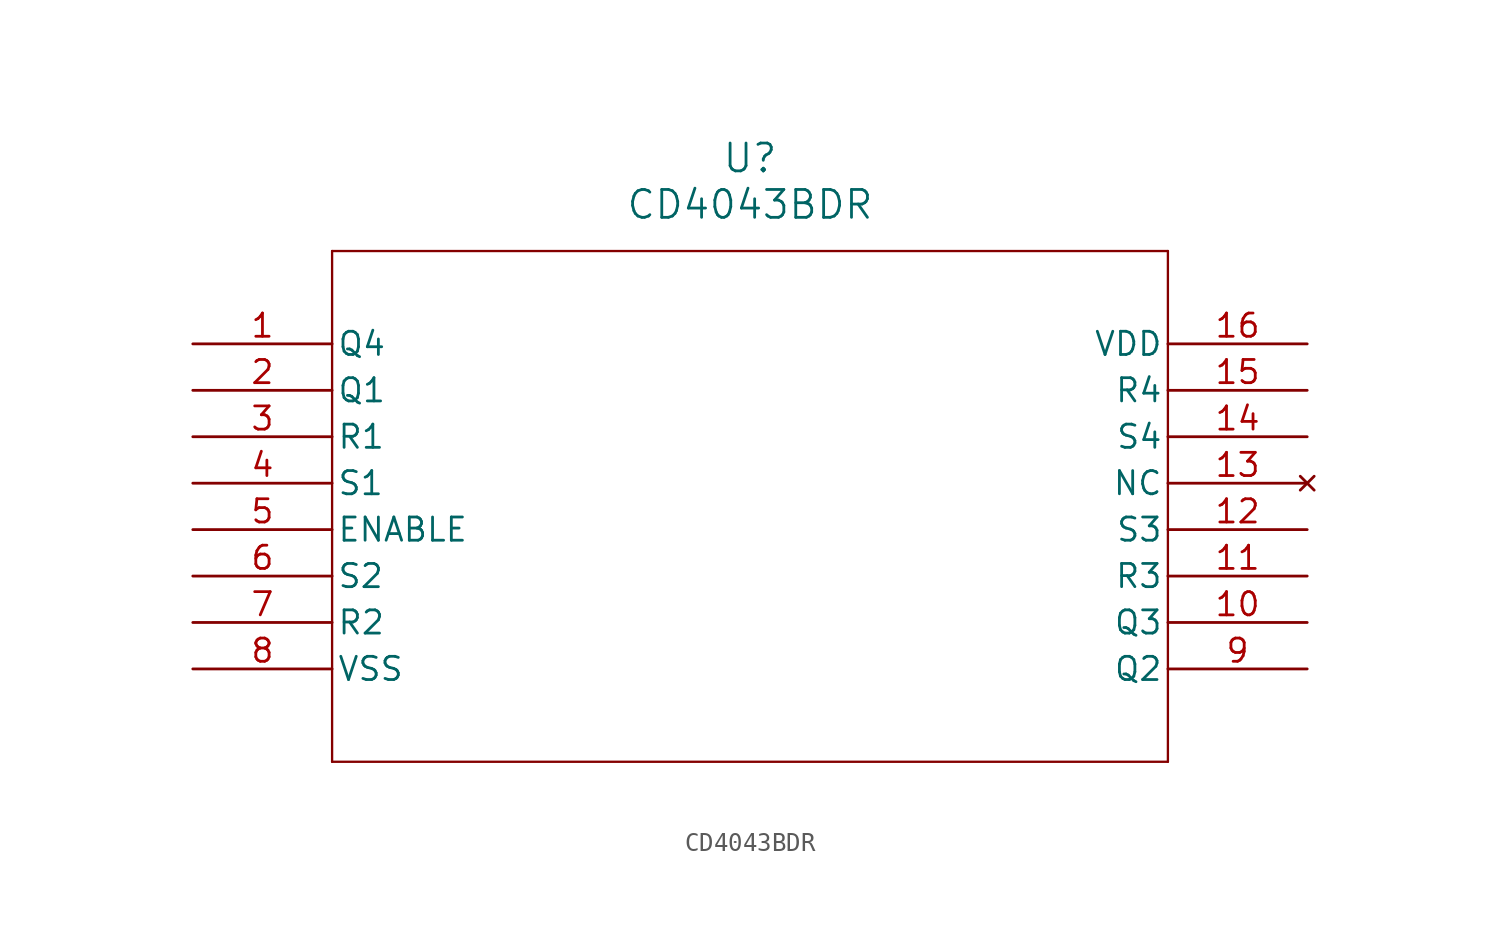
<source format=kicad_sym>
(kicad_symbol_lib
  (version 20211014)
  (generator kicad_symbol_editor)
  (symbol "CD4043BDR"
    (pin_names
      (offset 0.254))
    (property "Reference" "U"
      (at 30.48 10.16 0)
      (effects (font (size 1.524 1.524))))
    (property "Value" "CD4043BDR"
      (at 30.48 7.62 0)
      (effects (font (size 1.524 1.524))))
    (symbol "CD4043BDR_0_1"
      (polyline (pts (xy 7.62 5.08) (xy 7.62 -22.86)) (stroke (width 0.127) (type default) (color 0 0 0 0)) (fill (type none)))
      (polyline (pts (xy 7.62 -22.86) (xy 53.34 -22.86)) (stroke (width 0.127) (type default) (color 0 0 0 0)) (fill (type none)))
      (polyline (pts (xy 53.34 -22.86) (xy 53.34 5.08)) (stroke (width 0.127) (type default) (color 0 0 0 0)) (fill (type none)))
      (polyline (pts (xy 53.34 5.08) (xy 7.62 5.08)) (stroke (width 0.127) (type default) (color 0 0 0 0)) (fill (type none)))
      (pin unspecified line (at 0 0 0) (length 7.62) (name "Q4" (effects (font (size 1.27 1.27)))) (number "1" (effects (font (size 1.27 1.27)))))
      (pin unspecified line (at 0 -2.54 0) (length 7.62) (name "Q1" (effects (font (size 1.27 1.27)))) (number "2" (effects (font (size 1.27 1.27)))))
      (pin unspecified line (at 0 -5.08 0) (length 7.62) (name "R1" (effects (font (size 1.27 1.27)))) (number "3" (effects (font (size 1.27 1.27)))))
      (pin unspecified line (at 0 -7.62 0) (length 7.62) (name "S1" (effects (font (size 1.27 1.27)))) (number "4" (effects (font (size 1.27 1.27)))))
      (pin unspecified line (at 0 -10.16 0) (length 7.62) (name "ENABLE" (effects (font (size 1.27 1.27)))) (number "5" (effects (font (size 1.27 1.27)))))
      (pin unspecified line (at 0 -12.7 0) (length 7.62) (name "S2" (effects (font (size 1.27 1.27)))) (number "6" (effects (font (size 1.27 1.27)))))
      (pin unspecified line (at 0 -15.24 0) (length 7.62) (name "R2" (effects (font (size 1.27 1.27)))) (number "7" (effects (font (size 1.27 1.27)))))
      (pin power_in line (at 0 -17.78 0) (length 7.62) (name "VSS" (effects (font (size 1.27 1.27)))) (number "8" (effects (font (size 1.27 1.27)))))
      (pin unspecified line (at 60.96 -17.78 180) (length 7.62) (name "Q2" (effects (font (size 1.27 1.27)))) (number "9" (effects (font (size 1.27 1.27)))))
      (pin unspecified line (at 60.96 -15.24 180) (length 7.62) (name "Q3" (effects (font (size 1.27 1.27)))) (number "10" (effects (font (size 1.27 1.27)))))
      (pin unspecified line (at 60.96 -12.7 180) (length 7.62) (name "R3" (effects (font (size 1.27 1.27)))) (number "11" (effects (font (size 1.27 1.27)))))
      (pin unspecified line (at 60.96 -10.16 180) (length 7.62) (name "S3" (effects (font (size 1.27 1.27)))) (number "12" (effects (font (size 1.27 1.27)))))
      (pin no_connect line (at 60.96 -7.62 180) (length 7.62) (name "NC" (effects (font (size 1.27 1.27)))) (number "13" (effects (font (size 1.27 1.27)))))
      (pin unspecified line (at 60.96 -5.08 180) (length 7.62) (name "S4" (effects (font (size 1.27 1.27)))) (number "14" (effects (font (size 1.27 1.27)))))
      (pin unspecified line (at 60.96 -2.54 180) (length 7.62) (name "R4" (effects (font (size 1.27 1.27)))) (number "15" (effects (font (size 1.27 1.27)))))
      (pin power_in line (at 60.96 0 180) (length 7.62) (name "VDD" (effects (font (size 1.27 1.27)))) (number "16" (effects (font (size 1.27 1.27))))))))
</source>
